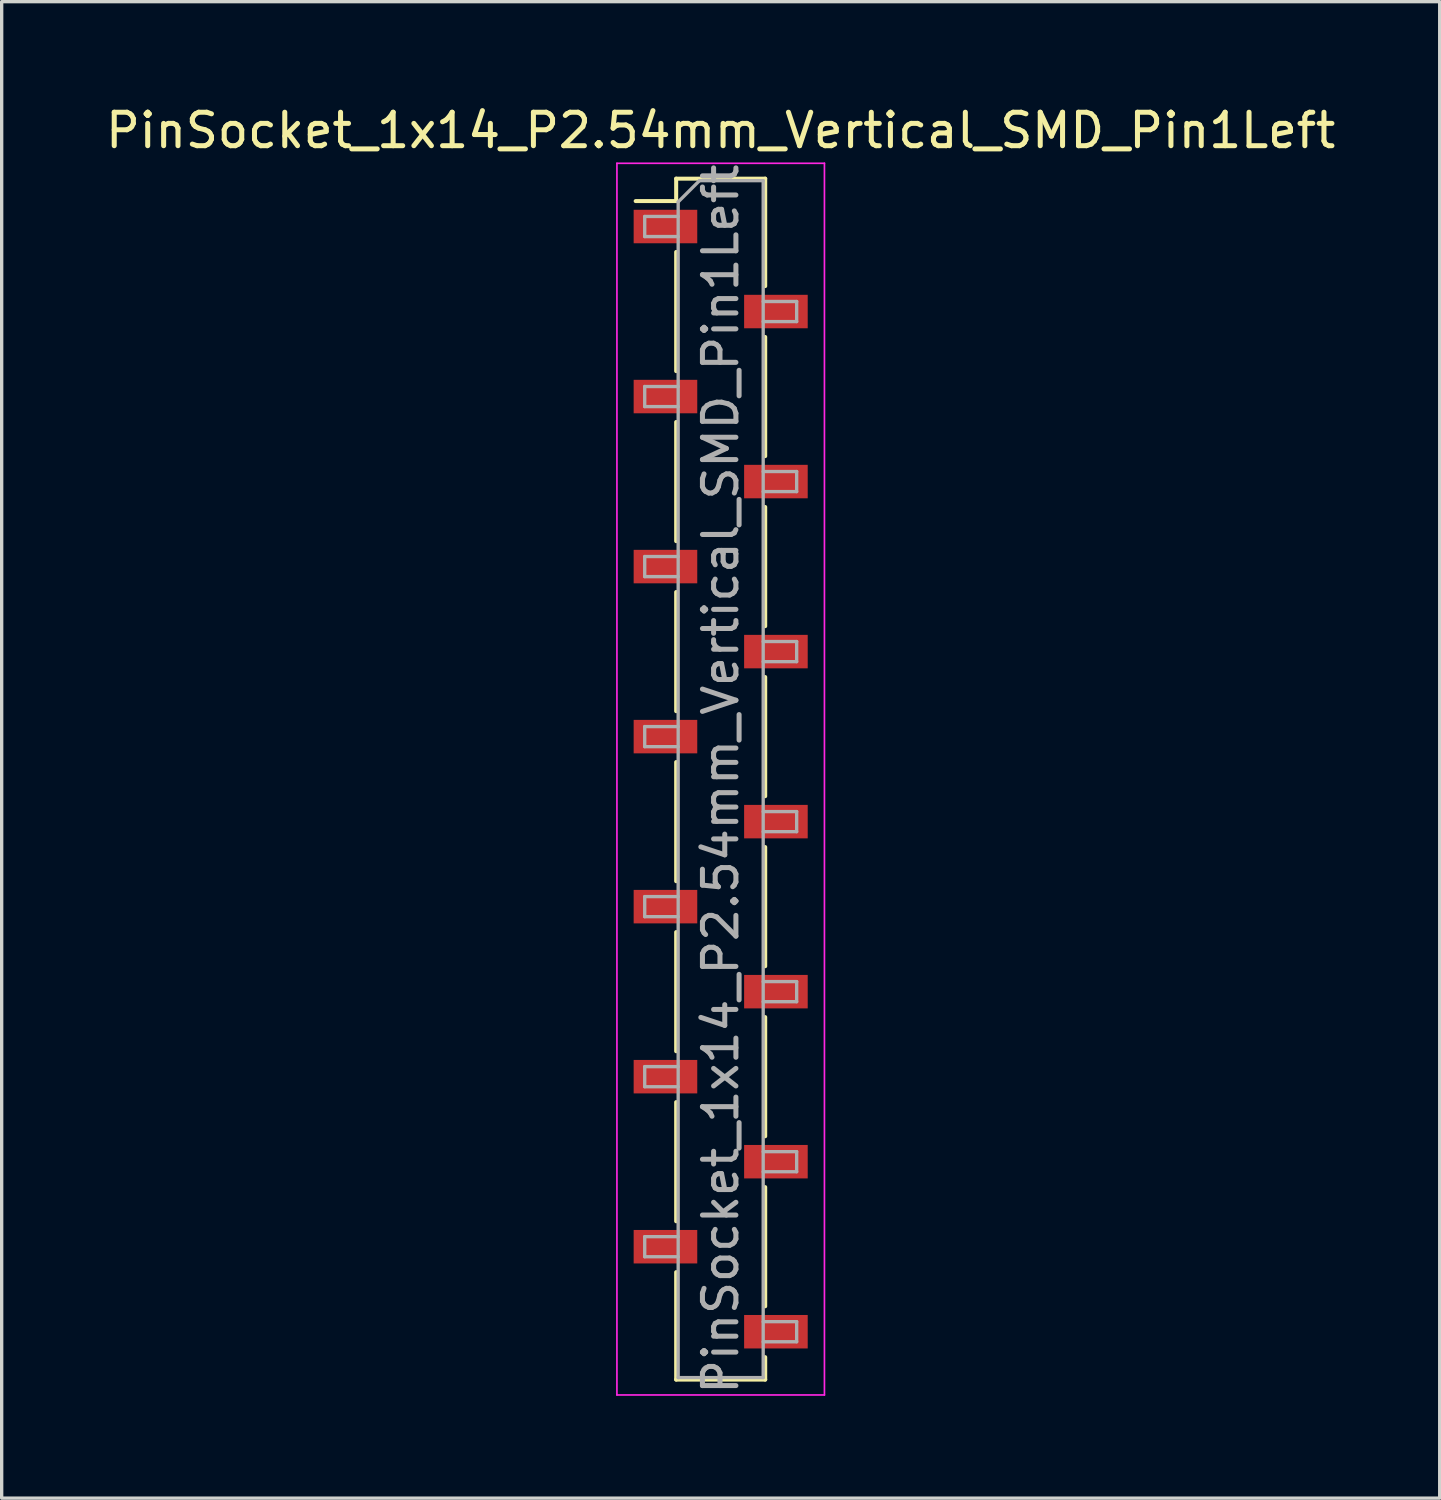
<source format=kicad_pcb>
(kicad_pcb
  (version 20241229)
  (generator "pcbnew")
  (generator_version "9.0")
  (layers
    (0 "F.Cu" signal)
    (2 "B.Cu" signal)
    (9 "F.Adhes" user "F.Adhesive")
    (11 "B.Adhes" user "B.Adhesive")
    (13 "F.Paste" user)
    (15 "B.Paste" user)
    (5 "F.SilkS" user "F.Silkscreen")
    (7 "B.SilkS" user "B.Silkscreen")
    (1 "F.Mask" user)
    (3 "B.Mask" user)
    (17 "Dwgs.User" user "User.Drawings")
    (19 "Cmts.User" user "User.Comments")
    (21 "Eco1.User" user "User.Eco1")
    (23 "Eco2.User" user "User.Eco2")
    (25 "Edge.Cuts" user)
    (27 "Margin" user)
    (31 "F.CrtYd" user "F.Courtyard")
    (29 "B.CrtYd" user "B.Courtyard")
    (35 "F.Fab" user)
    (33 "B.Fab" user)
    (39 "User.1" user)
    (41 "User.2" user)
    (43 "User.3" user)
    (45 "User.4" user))
  (footprint "PinSocket_1x14_P2.54mm_Vertical_SMD_Pin1Left"
    (layer "F.Cu")
    (at 18.482 20.228)
    (property "Reference" "PinSocket_1x14_P2.54mm_Vertical_SMD_Pin1Left" (at 0 -19.38 0) (layer "F.SilkS") (effects (font (size 1 1) (thickness 0.15))))
    (attr smd)
    (fp_line (start -2.54 -17.27) (end -1.33 -17.27) (stroke (width 0.12) (type solid)) (layer "F.SilkS"))
    (fp_line (start -1.33 -17.94) (end -1.33 -17.27) (stroke (width 0.12) (type solid)) (layer "F.SilkS"))
    (fp_line (start -1.33 -17.94) (end 1.33 -17.94) (stroke (width 0.12) (type solid)) (layer "F.SilkS"))
    (fp_line (start -1.33 -15.75) (end -1.33 -12.19) (stroke (width 0.12) (type solid)) (layer "F.SilkS"))
    (fp_line (start -1.33 -10.67) (end -1.33 -7.11) (stroke (width 0.12) (type solid)) (layer "F.SilkS"))
    (fp_line (start -1.33 -5.59) (end -1.33 -2.03) (stroke (width 0.12) (type solid)) (layer "F.SilkS"))
    (fp_line (start -1.33 -0.51) (end -1.33 3.05) (stroke (width 0.12) (type solid)) (layer "F.SilkS"))
    (fp_line (start -1.33 4.57) (end -1.33 8.13) (stroke (width 0.12) (type solid)) (layer "F.SilkS"))
    (fp_line (start -1.33 9.65) (end -1.33 13.21) (stroke (width 0.12) (type solid)) (layer "F.SilkS"))
    (fp_line (start -1.33 14.73) (end -1.33 17.94) (stroke (width 0.12) (type solid)) (layer "F.SilkS"))
    (fp_line (start -1.33 17.94) (end 1.33 17.94) (stroke (width 0.12) (type solid)) (layer "F.SilkS"))
    (fp_line (start 1.33 -17.94) (end 1.33 -14.73) (stroke (width 0.12) (type solid)) (layer "F.SilkS"))
    (fp_line (start 1.33 -13.21) (end 1.33 -9.65) (stroke (width 0.12) (type solid)) (layer "F.SilkS"))
    (fp_line (start 1.33 -8.13) (end 1.33 -4.57) (stroke (width 0.12) (type solid)) (layer "F.SilkS"))
    (fp_line (start 1.33 -3.05) (end 1.33 0.51) (stroke (width 0.12) (type solid)) (layer "F.SilkS"))
    (fp_line (start 1.33 2.03) (end 1.33 5.59) (stroke (width 0.12) (type solid)) (layer "F.SilkS"))
    (fp_line (start 1.33 7.11) (end 1.33 10.67) (stroke (width 0.12) (type solid)) (layer "F.SilkS"))
    (fp_line (start 1.33 12.19) (end 1.33 15.75) (stroke (width 0.12) (type solid)) (layer "F.SilkS"))
    (fp_line (start 1.33 17.27) (end 1.33 17.94) (stroke (width 0.12) (type solid)) (layer "F.SilkS"))
    (fp_line (start -3.1 -18.4) (end 3.1 -18.4) (stroke (width 0.05) (type solid)) (layer "F.CrtYd"))
    (fp_line (start -3.1 18.4) (end -3.1 -18.4) (stroke (width 0.05) (type solid)) (layer "F.CrtYd"))
    (fp_line (start 3.1 -18.4) (end 3.1 18.4) (stroke (width 0.05) (type solid)) (layer "F.CrtYd"))
    (fp_line (start 3.1 18.4) (end -3.1 18.4) (stroke (width 0.05) (type solid)) (layer "F.CrtYd"))
    (fp_line (start -2.27 -16.81) (end -1.27 -16.81) (stroke (width 0.1) (type solid)) (layer "F.Fab"))
    (fp_line (start -2.27 -16.21) (end -2.27 -16.81) (stroke (width 0.1) (type solid)) (layer "F.Fab"))
    (fp_line (start -2.27 -11.73) (end -1.27 -11.73) (stroke (width 0.1) (type solid)) (layer "F.Fab"))
    (fp_line (start -2.27 -11.13) (end -2.27 -11.73) (stroke (width 0.1) (type solid)) (layer "F.Fab"))
    (fp_line (start -2.27 -6.65) (end -1.27 -6.65) (stroke (width 0.1) (type solid)) (layer "F.Fab"))
    (fp_line (start -2.27 -6.05) (end -2.27 -6.65) (stroke (width 0.1) (type solid)) (layer "F.Fab"))
    (fp_line (start -2.27 -1.57) (end -1.27 -1.57) (stroke (width 0.1) (type solid)) (layer "F.Fab"))
    (fp_line (start -2.27 -0.97) (end -2.27 -1.57) (stroke (width 0.1) (type solid)) (layer "F.Fab"))
    (fp_line (start -2.27 3.51) (end -1.27 3.51) (stroke (width 0.1) (type solid)) (layer "F.Fab"))
    (fp_line (start -2.27 4.11) (end -2.27 3.51) (stroke (width 0.1) (type solid)) (layer "F.Fab"))
    (fp_line (start -2.27 8.59) (end -1.27 8.59) (stroke (width 0.1) (type solid)) (layer "F.Fab"))
    (fp_line (start -2.27 9.19) (end -2.27 8.59) (stroke (width 0.1) (type solid)) (layer "F.Fab"))
    (fp_line (start -2.27 13.67) (end -1.27 13.67) (stroke (width 0.1) (type solid)) (layer "F.Fab"))
    (fp_line (start -2.27 14.27) (end -2.27 13.67) (stroke (width 0.1) (type solid)) (layer "F.Fab"))
    (fp_line (start -1.27 -17.245) (end -0.635 -17.88) (stroke (width 0.1) (type solid)) (layer "F.Fab"))
    (fp_line (start -1.27 -16.21) (end -2.27 -16.21) (stroke (width 0.1) (type solid)) (layer "F.Fab"))
    (fp_line (start -1.27 -11.13) (end -2.27 -11.13) (stroke (width 0.1) (type solid)) (layer "F.Fab"))
    (fp_line (start -1.27 -6.05) (end -2.27 -6.05) (stroke (width 0.1) (type solid)) (layer "F.Fab"))
    (fp_line (start -1.27 -0.97) (end -2.27 -0.97) (stroke (width 0.1) (type solid)) (layer "F.Fab"))
    (fp_line (start -1.27 4.11) (end -2.27 4.11) (stroke (width 0.1) (type solid)) (layer "F.Fab"))
    (fp_line (start -1.27 9.19) (end -2.27 9.19) (stroke (width 0.1) (type solid)) (layer "F.Fab"))
    (fp_line (start -1.27 14.27) (end -2.27 14.27) (stroke (width 0.1) (type solid)) (layer "F.Fab"))
    (fp_line (start -1.27 17.88) (end -1.27 -17.245) (stroke (width 0.1) (type solid)) (layer "F.Fab"))
    (fp_line (start -0.635 -17.88) (end 1.27 -17.88) (stroke (width 0.1) (type solid)) (layer "F.Fab"))
    (fp_line (start 1.27 -17.88) (end 1.27 17.88) (stroke (width 0.1) (type solid)) (layer "F.Fab"))
    (fp_line (start 1.27 -14.27) (end 2.27 -14.27) (stroke (width 0.1) (type solid)) (layer "F.Fab"))
    (fp_line (start 1.27 -9.19) (end 2.27 -9.19) (stroke (width 0.1) (type solid)) (layer "F.Fab"))
    (fp_line (start 1.27 -4.11) (end 2.27 -4.11) (stroke (width 0.1) (type solid)) (layer "F.Fab"))
    (fp_line (start 1.27 0.97) (end 2.27 0.97) (stroke (width 0.1) (type solid)) (layer "F.Fab"))
    (fp_line (start 1.27 6.05) (end 2.27 6.05) (stroke (width 0.1) (type solid)) (layer "F.Fab"))
    (fp_line (start 1.27 11.13) (end 2.27 11.13) (stroke (width 0.1) (type solid)) (layer "F.Fab"))
    (fp_line (start 1.27 16.21) (end 2.27 16.21) (stroke (width 0.1) (type solid)) (layer "F.Fab"))
    (fp_line (start 1.27 17.88) (end -1.27 17.88) (stroke (width 0.1) (type solid)) (layer "F.Fab"))
    (fp_line (start 2.27 -14.27) (end 2.27 -13.67) (stroke (width 0.1) (type solid)) (layer "F.Fab"))
    (fp_line (start 2.27 -13.67) (end 1.27 -13.67) (stroke (width 0.1) (type solid)) (layer "F.Fab"))
    (fp_line (start 2.27 -9.19) (end 2.27 -8.59) (stroke (width 0.1) (type solid)) (layer "F.Fab"))
    (fp_line (start 2.27 -8.59) (end 1.27 -8.59) (stroke (width 0.1) (type solid)) (layer "F.Fab"))
    (fp_line (start 2.27 -4.11) (end 2.27 -3.51) (stroke (width 0.1) (type solid)) (layer "F.Fab"))
    (fp_line (start 2.27 -3.51) (end 1.27 -3.51) (stroke (width 0.1) (type solid)) (layer "F.Fab"))
    (fp_line (start 2.27 0.97) (end 2.27 1.57) (stroke (width 0.1) (type solid)) (layer "F.Fab"))
    (fp_line (start 2.27 1.57) (end 1.27 1.57) (stroke (width 0.1) (type solid)) (layer "F.Fab"))
    (fp_line (start 2.27 6.05) (end 2.27 6.65) (stroke (width 0.1) (type solid)) (layer "F.Fab"))
    (fp_line (start 2.27 6.65) (end 1.27 6.65) (stroke (width 0.1) (type solid)) (layer "F.Fab"))
    (fp_line (start 2.27 11.13) (end 2.27 11.73) (stroke (width 0.1) (type solid)) (layer "F.Fab"))
    (fp_line (start 2.27 11.73) (end 1.27 11.73) (stroke (width 0.1) (type solid)) (layer "F.Fab"))
    (fp_line (start 2.27 16.21) (end 2.27 16.81) (stroke (width 0.1) (type solid)) (layer "F.Fab"))
    (fp_line (start 2.27 16.81) (end 1.27 16.81) (stroke (width 0.1) (type solid)) (layer "F.Fab"))
    (fp_text user "${REFERENCE}" (at 0 0 90) (layer "F.Fab") (effects (font (size 1 1) (thickness 0.15))))
    (pad "1" smd rect (at -1.65 -16.51) (size 1.9 1) (layers "F.Cu" "F.Mask" "F.Paste"))
    (pad "2" smd rect (at 1.65 -13.97) (size 1.9 1) (layers "F.Cu" "F.Mask" "F.Paste"))
    (pad "3" smd rect (at -1.65 -11.43) (size 1.9 1) (layers "F.Cu" "F.Mask" "F.Paste"))
    (pad "4" smd rect (at 1.65 -8.89) (size 1.9 1) (layers "F.Cu" "F.Mask" "F.Paste"))
    (pad "5" smd rect (at -1.65 -6.35) (size 1.9 1) (layers "F.Cu" "F.Mask" "F.Paste"))
    (pad "6" smd rect (at 1.65 -3.81) (size 1.9 1) (layers "F.Cu" "F.Mask" "F.Paste"))
    (pad "7" smd rect (at -1.65 -1.27) (size 1.9 1) (layers "F.Cu" "F.Mask" "F.Paste"))
    (pad "8" smd rect (at 1.65 1.27) (size 1.9 1) (layers "F.Cu" "F.Mask" "F.Paste"))
    (pad "9" smd rect (at -1.65 3.81) (size 1.9 1) (layers "F.Cu" "F.Mask" "F.Paste"))
    (pad "10" smd rect (at 1.65 6.35) (size 1.9 1) (layers "F.Cu" "F.Mask" "F.Paste"))
    (pad "11" smd rect (at -1.65 8.89) (size 1.9 1) (layers "F.Cu" "F.Mask" "F.Paste"))
    (pad "12" smd rect (at 1.65 11.43) (size 1.9 1) (layers "F.Cu" "F.Mask" "F.Paste"))
    (pad "13" smd rect (at -1.65 13.97) (size 1.9 1) (layers "F.Cu" "F.Mask" "F.Paste"))
    (pad "14" smd rect (at 1.65 16.51) (size 1.9 1) (layers "F.Cu" "F.Mask" "F.Paste")))
  (gr_rect
    (start -3 -3)
    (end 39.964 41.71)
    (stroke (width 0.1) (type default))
    (fill no)
    (layer "Edge.Cuts")))
</source>
